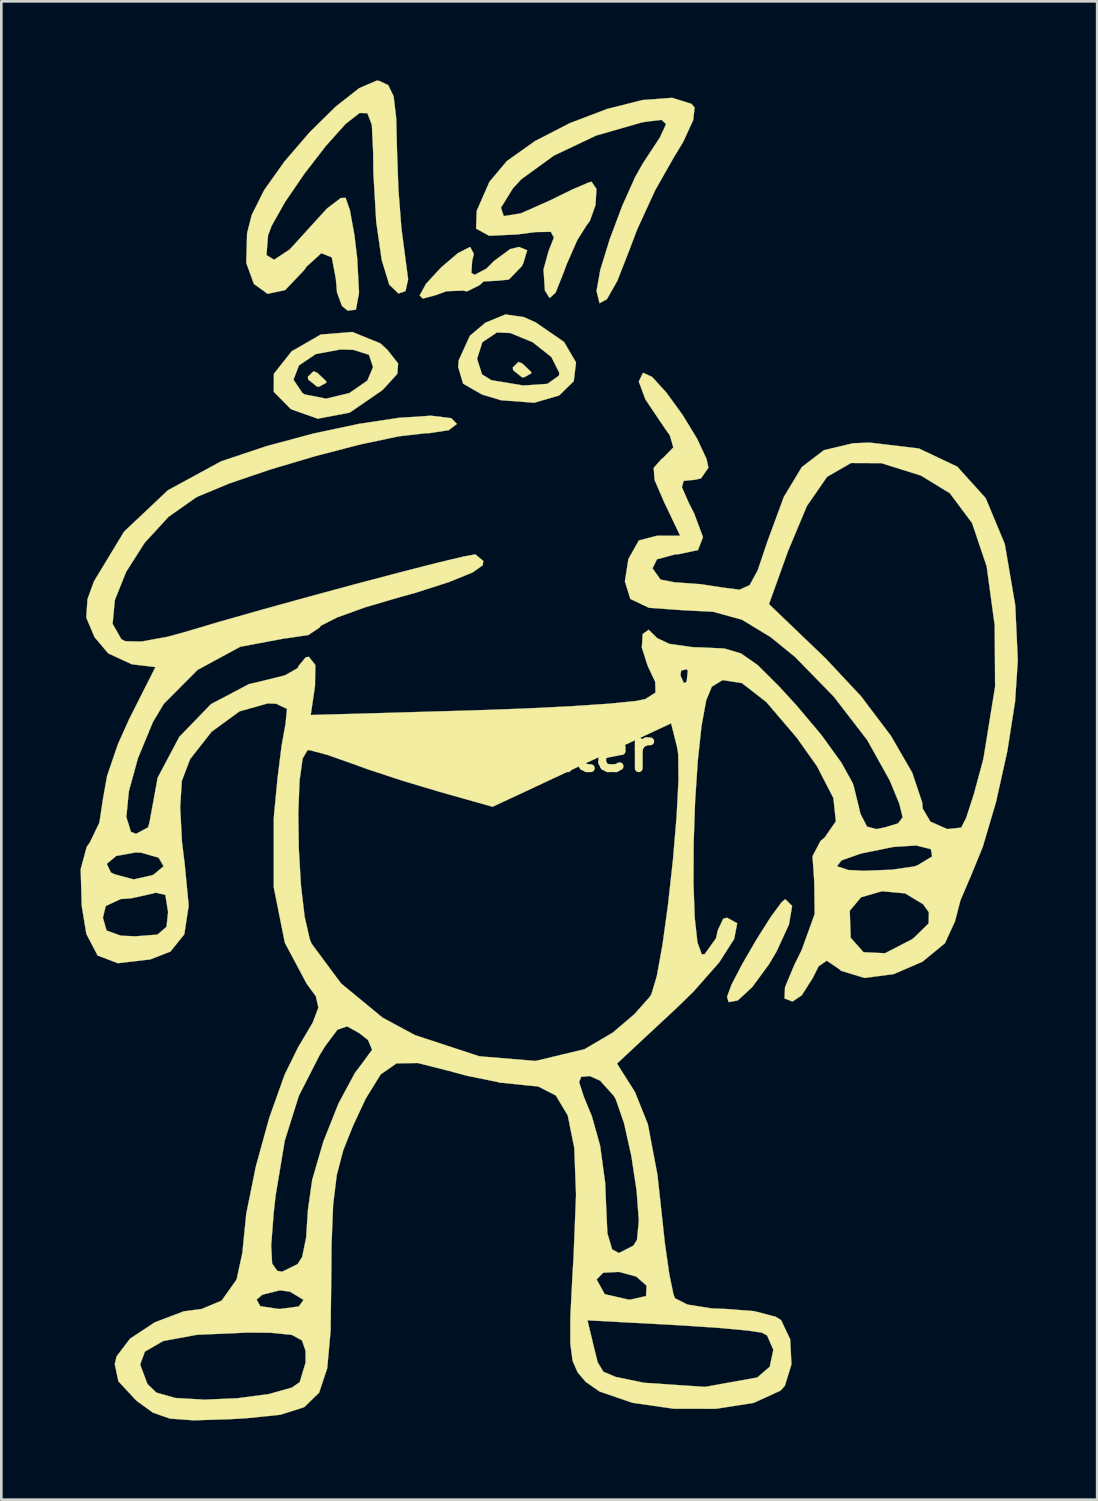
<source format=kicad_pcb>
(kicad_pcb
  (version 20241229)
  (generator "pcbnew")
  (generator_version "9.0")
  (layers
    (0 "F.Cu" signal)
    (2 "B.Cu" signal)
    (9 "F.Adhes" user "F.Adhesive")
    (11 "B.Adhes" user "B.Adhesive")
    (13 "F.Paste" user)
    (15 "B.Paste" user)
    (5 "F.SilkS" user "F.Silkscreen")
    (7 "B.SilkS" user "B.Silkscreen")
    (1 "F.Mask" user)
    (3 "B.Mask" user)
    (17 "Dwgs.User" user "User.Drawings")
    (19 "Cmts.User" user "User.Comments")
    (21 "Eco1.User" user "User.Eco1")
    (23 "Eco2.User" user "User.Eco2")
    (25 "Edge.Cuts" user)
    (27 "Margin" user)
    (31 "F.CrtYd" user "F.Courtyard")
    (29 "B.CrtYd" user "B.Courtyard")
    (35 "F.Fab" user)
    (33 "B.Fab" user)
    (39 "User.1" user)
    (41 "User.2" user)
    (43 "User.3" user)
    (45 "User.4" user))
  (footprint "v3better"
    (layer "F.Cu")
    (at 17.074 25.351)
    (property "Reference" "v3better" (at 0 0 0) (layer "F.SilkS") (effects (font (size 1.524 1.524) (thickness 0.3))))
    (attr through_hole)
    (fp_poly (pts (xy -8.114 -14.287) (xy -7.777 -13.97) (xy -7.761 -13.914) (xy -8.034 -13.762) (xy -8.114 -13.758) (xy -8.453 -14.03) (xy -8.467 -14.132) (xy -8.251 -14.343) (xy -8.114 -14.287)) (stroke (width 0.01) (type solid)) (fill yes) (layer "F.SilkS"))
    (fp_poly (pts (xy -0.353 -14.64) (xy -0.016 -14.323) (xy 0 -14.267) (xy -0.273 -14.115) (xy -0.353 -14.111) (xy -0.692 -14.382) (xy -0.706 -14.485) (xy -0.489 -14.695) (xy -0.353 -14.64)) (stroke (width 0.01) (type solid)) (fill yes) (layer "F.SilkS"))
    (fp_poly (pts (xy 9.873 5.906) (xy 9.753 6.608) (xy 9.284 7.629) (xy 8.991 8.121) (xy 8.361 8.979) (xy 7.814 9.485) (xy 7.469 9.548) (xy 7.408 9.349) (xy 7.574 8.894) (xy 7.988 8.098) (xy 8.527 7.171) (xy 9.064 6.323) (xy 9.476 5.762) (xy 9.613 5.65) (xy 9.873 5.906)) (stroke (width 0.01) (type solid)) (fill yes) (layer "F.SilkS"))
    (fp_poly (pts (xy -0.16 -18.924) (xy -0.307 -18.433) (xy -0.367 -18.317) (xy -0.854 -17.815) (xy -1.25 -17.773) (xy -1.813 -17.743) (xy -1.961 -17.605) (xy -2.438 -17.367) (xy -2.59 -17.396) (xy -3.222 -17.373) (xy -3.616 -17.226) (xy -4.113 -17.095) (xy -4.233 -17.212) (xy -3.988 -17.657) (xy -3.421 -18.272) (xy -2.781 -18.817) (xy -2.321 -19.05) (xy -2.18 -18.789) (xy -2.244 -18.521) (xy -2.272 -18.066) (xy -2.149 -17.992) (xy -1.699 -18.233) (xy -1.411 -18.521) (xy -0.804 -18.969) (xy -0.474 -19.05) (xy -0.16 -18.924)) (stroke (width 0.01) (type solid)) (fill yes) (layer "F.SilkS"))
    (fp_poly (pts (xy -5.718 -15.397) (xy -5.456 -15.156) (xy -5.048 -14.637) (xy -5.077 -14.245) (xy -5.581 -13.692) (xy -5.666 -13.611) (xy -6.883 -12.775) (xy -8.094 -12.546) (xy -9.107 -12.906) (xy -9.756 -13.562) (xy -9.754 -14.023) (xy -9.011 -14.023) (xy -8.675 -13.52) (xy -8.584 -13.464) (xy -7.776 -13.305) (xy -6.894 -13.516) (xy -6.213 -13.988) (xy -5.997 -14.498) (xy -6.152 -14.966) (xy -6.734 -15.152) (xy -7.22 -15.169) (xy -8.167 -14.994) (xy -8.804 -14.563) (xy -9.011 -14.023) (xy -9.754 -14.023) (xy -9.753 -14.246) (xy -9.099 -15.073) (xy -9.061 -15.108) (xy -7.978 -15.732) (xy -6.781 -15.83) (xy -5.718 -15.397)) (stroke (width 0.01) (type solid)) (fill yes) (layer "F.SilkS"))
    (fp_poly (pts (xy -0.287 -16.393) (xy 0.164 -16.191) (xy 1.235 -15.452) (xy 1.69 -14.676) (xy 1.603 -13.967) (xy 1.05 -13.425) (xy 0.106 -13.15) (xy -1.152 -13.245) (xy -1.872 -13.461) (xy -2.587 -13.873) (xy -2.773 -14.503) (xy -2.754 -14.753) (xy -2.727 -14.812) (xy -2.058 -14.812) (xy -1.87 -14.222) (xy -1.52 -14.005) (xy -0.303 -13.802) (xy 0.604 -13.865) (xy 1.041 -14.175) (xy 1.058 -14.279) (xy 0.759 -14.878) (xy 0.048 -15.442) (xy -0.799 -15.79) (xy -1.306 -15.812) (xy -1.858 -15.443) (xy -2.058 -14.812) (xy -2.727 -14.812) (xy -2.331 -15.685) (xy -1.744 -16.18) (xy -0.984 -16.493) (xy -0.287 -16.393)) (stroke (width 0.01) (type solid)) (fill yes) (layer "F.SilkS"))
    (fp_poly (pts (xy -5.775 -25.341) (xy -5.423 -25.178) (xy -5.218 -24.756) (xy -5.12 -23.919) (xy -5.091 -22.749) (xy -5.037 -21.227) (xy -4.922 -19.748) (xy -4.795 -18.785) (xy -4.669 -17.823) (xy -4.768 -17.377) (xy -5.035 -17.286) (xy -5.383 -17.621) (xy -5.67 -18.559) (xy -5.876 -19.996) (xy -5.983 -21.832) (xy -5.994 -22.655) (xy -6.042 -23.672) (xy -6.211 -24.114) (xy -6.507 -24.124) (xy -7.038 -23.708) (xy -7.782 -22.878) (xy -8.593 -21.829) (xy -9.328 -20.754) (xy -9.839 -19.847) (xy -9.973 -19.491) (xy -10.033 -18.741) (xy -9.743 -18.565) (xy -9.153 -18.954) (xy -8.425 -19.755) (xy -7.741 -20.506) (xy -7.218 -20.903) (xy -7.036 -20.908) (xy -6.872 -20.433) (xy -6.701 -19.486) (xy -6.597 -18.609) (xy -6.528 -17.318) (xy -6.645 -16.674) (xy -6.96 -16.639) (xy -7.173 -16.816) (xy -7.361 -17.322) (xy -7.408 -17.853) (xy -7.559 -18.656) (xy -7.956 -18.813) (xy -8.517 -18.304) (xy -8.613 -18.165) (xy -9.328 -17.415) (xy -9.99 -17.275) (xy -10.51 -17.65) (xy -10.799 -18.447) (xy -10.767 -19.57) (xy -10.591 -20.261) (xy -10.124 -21.197) (xy -9.348 -22.288) (xy -8.4 -23.391) (xy -7.412 -24.363) (xy -6.522 -25.062) (xy -5.864 -25.346) (xy -5.775 -25.341)) (stroke (width 0.01) (type solid)) (fill yes) (layer "F.SilkS"))
    (fp_poly (pts (xy 6.059 -24.469) (xy 6.18 -24.332) (xy 6.127 -23.856) (xy 5.75 -23.032) (xy 5.394 -22.445) (xy 4.686 -21.197) (xy 4.002 -19.707) (xy 3.707 -18.927) (xy 3.252 -17.764) (xy 2.859 -17.072) (xy 2.581 -16.918) (xy 2.47 -17.365) (xy 2.469 -17.4) (xy 2.608 -18.18) (xy 2.962 -19.331) (xy 3.434 -20.591) (xy 3.928 -21.696) (xy 4.228 -22.225) (xy 4.866 -23.196) (xy 5.101 -23.703) (xy 4.926 -23.862) (xy 4.338 -23.792) (xy 4.163 -23.76) (xy 2.449 -23.267) (xy 0.852 -22.51) (xy -0.382 -21.615) (xy -0.702 -21.268) (xy -1.154 -20.536) (xy -1.048 -20.218) (xy -0.4 -20.321) (xy 0.665 -20.793) (xy 1.559 -21.23) (xy 2.164 -21.489) (xy 2.279 -21.519) (xy 2.462 -21.245) (xy 2.428 -20.641) (xy 2.214 -20.036) (xy 2.09 -19.87) (xy 1.737 -19.309) (xy 1.333 -18.389) (xy 1.236 -18.124) (xy 0.914 -17.315) (xy 0.69 -17.116) (xy 0.511 -17.397) (xy 0.458 -18.195) (xy 0.648 -18.888) (xy 0.851 -19.405) (xy 0.735 -19.622) (xy 0.157 -19.613) (xy -0.541 -19.523) (xy -1.599 -19.473) (xy -2.096 -19.745) (xy -2.071 -20.417) (xy -1.588 -21.519) (xy -0.928 -22.303) (xy 0.14 -23.062) (xy 1.458 -23.739) (xy 2.867 -24.275) (xy 4.21 -24.614) (xy 5.327 -24.697) (xy 6.059 -24.469)) (stroke (width 0.01) (type solid)) (fill yes) (layer "F.SilkS"))
    (fp_poly (pts (xy 4.571 -14.127) (xy 5.112 -13.533) (xy 5.722 -12.692) (xy 6.272 -11.792) (xy 6.632 -11.02) (xy 6.703 -10.691) (xy 6.419 -10.283) (xy 6.174 -10.231) (xy 5.766 -10.191) (xy 5.698 -9.954) (xy 5.967 -9.34) (xy 6.156 -8.973) (xy 6.498 -8.062) (xy 6.306 -7.569) (xy 5.544 -7.409) (xy 5.447 -7.408) (xy 4.754 -7.221) (xy 4.586 -6.879) (xy 4.89 -6.452) (xy 5.424 -6.35) (xy 6.417 -6.278) (xy 7.291 -6.144) (xy 7.884 -6.07) (xy 8.265 -6.244) (xy 8.572 -6.81) (xy 8.927 -7.867) (xy 9.56 -9.587) (xy 10.24 -10.713) (xy 11.077 -11.353) (xy 12.184 -11.616) (xy 12.814 -11.64) (xy 14.673 -11.418) (xy 16.127 -10.729) (xy 17.203 -9.536) (xy 17.926 -7.799) (xy 18.322 -5.482) (xy 18.419 -3.397) (xy 18.316 -1.833) (xy 18.022 0.044) (xy 17.594 1.969) (xy 17.089 3.677) (xy 16.644 4.763) (xy 16.244 5.7) (xy 16.043 6.478) (xy 16.043 6.483) (xy 15.659 7.318) (xy 14.809 8.017) (xy 13.72 8.486) (xy 12.618 8.633) (xy 11.733 8.364) (xy 11.642 8.291) (xy 11.184 7.977) (xy 10.874 8.194) (xy 10.649 8.641) (xy 10.236 9.29) (xy 9.885 9.525) (xy 9.585 9.409) (xy 9.603 8.983) (xy 9.961 8.127) (xy 10.232 7.582) (xy 10.728 6.207) (xy 10.726 6.106) (xy 12.056 6.106) (xy 12.091 7.112) (xy 12.577 7.659) (xy 13.39 7.696) (xy 14.404 7.173) (xy 14.502 7.096) (xy 15.041 6.568) (xy 15.051 6.149) (xy 14.835 5.843) (xy 14.155 5.43) (xy 13.278 5.349) (xy 12.486 5.575) (xy 12.061 6.081) (xy 12.056 6.106) (xy 10.726 6.106) (xy 10.711 4.981) (xy 10.671 4.402) (xy 11.569 4.402) (xy 12 4.545) (xy 12.583 4.575) (xy 13.651 4.533) (xy 14.477 4.413) (xy 14.611 4.372) (xy 15.174 4.033) (xy 15.129 3.756) (xy 14.572 3.616) (xy 13.704 3.672) (xy 12.474 3.923) (xy 11.745 4.18) (xy 11.569 4.402) (xy 10.671 4.402) (xy 10.645 4.024) (xy 10.95 3.441) (xy 11.105 3.313) (xy 11.529 2.703) (xy 11.436 1.821) (xy 10.811 0.61) (xy 10.052 -0.46) (xy 8.901 -1.811) (xy 7.976 -2.532) (xy 7.24 -2.647) (xy 6.832 -2.397) (xy 6.619 -1.884) (xy 6.439 -0.894) (xy 6.298 0.433) (xy 6.198 1.96) (xy 6.143 3.547) (xy 6.137 5.058) (xy 6.184 6.352) (xy 6.288 7.292) (xy 6.451 7.74) (xy 6.56 7.733) (xy 6.989 7.133) (xy 7.056 6.836) (xy 7.261 6.395) (xy 7.408 6.35) (xy 7.792 6.564) (xy 7.679 7.154) (xy 7.112 8.042) (xy 6.136 9.15) (xy 5.5 9.769) (xy 3.24 11.875) (xy 3.92 12.95) (xy 4.409 14.168) (xy 4.77 16.074) (xy 4.893 17.191) (xy 5.05 18.647) (xy 5.221 19.849) (xy 5.379 20.613) (xy 5.436 20.762) (xy 5.91 21.001) (xy 6.828 21.147) (xy 7.359 21.167) (xy 8.443 21.251) (xy 9.254 21.465) (xy 9.454 21.59) (xy 9.8 22.318) (xy 9.847 23.267) (xy 9.599 24.073) (xy 9.437 24.258) (xy 8.421 24.723) (xy 6.991 24.948) (xy 5.383 24.945) (xy 3.834 24.723) (xy 2.581 24.294) (xy 2.055 23.927) (xy 1.749 23.568) (xy 1.56 23.134) (xy 1.473 22.481) (xy 1.475 21.598) (xy 2.123 21.598) (xy 2.346 22.529) (xy 2.51 23.191) (xy 2.725 23.544) (xy 3.192 23.741) (xy 4.117 23.933) (xy 4.273 23.964) (xy 6.574 24.118) (xy 8.555 23.762) (xy 9.025 23.356) (xy 9.161 22.714) (xy 8.926 22.174) (xy 8.731 22.065) (xy 8.196 21.985) (xy 7.146 21.889) (xy 5.775 21.795) (xy 5.207 21.763) (xy 2.123 21.598) (xy 1.475 21.598) (xy 1.475 21.464) (xy 1.546 20.05) (xy 2.469 20.05) (xy 2.775 20.608) (xy 3.675 20.813) (xy 3.752 20.814) (xy 4.34 20.678) (xy 4.361 20.285) (xy 3.969 19.94) (xy 3.319 19.764) (xy 2.717 19.795) (xy 2.469 20.05) (xy 1.546 20.05) (xy 1.551 19.939) (xy 1.594 19.24) (xy 1.69 16.842) (xy 1.623 15.065) (xy 1.375 13.836) (xy 0.925 13.085) (xy 0.255 12.741) (xy -0.183 12.7) (xy -1.166 12.597) (xy -1.255 12.579) (xy 1.806 12.579) (xy 1.984 13.129) (xy 2.293 13.88) (xy 2.602 14.988) (xy 2.792 16.383) (xy 2.822 17.098) (xy 2.877 18.301) (xy 3.058 18.913) (xy 3.314 19.05) (xy 3.865 18.767) (xy 3.997 18.551) (xy 4.068 17.829) (xy 3.983 16.684) (xy 3.783 15.368) (xy 3.508 14.134) (xy 3.198 13.237) (xy 3.124 13.102) (xy 2.604 12.524) (xy 2.208 12.347) (xy 1.884 12.376) (xy 1.806 12.579) (xy -1.255 12.579) (xy -2.443 12.336) (xy -3.137 12.149) (xy -4.306 11.854) (xy -5.107 11.867) (xy -5.707 12.283) (xy -6.272 13.197) (xy -6.747 14.21) (xy -7.126 15.156) (xy -7.371 16.094) (xy -7.509 17.219) (xy -7.569 18.726) (xy -7.579 20.007) (xy -7.606 22.008) (xy -7.733 23.415) (xy -8.04 24.338) (xy -8.606 24.888) (xy -9.51 25.174) (xy -10.833 25.309) (xy -11.41 25.341) (xy -12.796 25.385) (xy -13.698 25.318) (xy -14.333 25.094) (xy -14.92 24.67) (xy -14.977 24.621) (xy -15.641 23.907) (xy -15.775 23.273) (xy -14.817 23.273) (xy -14.54 24.011) (xy -14.199 24.337) (xy -13.483 24.538) (xy -12.379 24.603) (xy -11.119 24.547) (xy -9.939 24.389) (xy -9.069 24.145) (xy -8.773 23.938) (xy -8.552 23.198) (xy -8.553 22.754) (xy -8.688 22.359) (xy -9.077 22.148) (xy -9.888 22.068) (xy -10.76 22.062) (xy -12.669 22.146) (xy -13.943 22.381) (xy -14.638 22.783) (xy -14.817 23.273) (xy -15.775 23.273) (xy -15.778 23.259) (xy -15.71 22.966) (xy -15.199 22.292) (xy -14.259 21.672) (xy -13.161 21.256) (xy -12.486 21.167) (xy -11.731 20.851) (xy -11.704 20.814) (xy -10.407 20.814) (xy -10.268 21.062) (xy -9.577 21.166) (xy -9.525 21.167) (xy -8.808 21.073) (xy -8.634 20.831) (xy -8.643 20.814) (xy -9.142 20.514) (xy -9.525 20.461) (xy -10.192 20.628) (xy -10.407 20.814) (xy -11.704 20.814) (xy -11.164 20.052) (xy -10.947 19.05) (xy -10.92 18.775) (xy -9.856 18.775) (xy -9.818 19.45) (xy -9.625 19.723) (xy -9.437 19.756) (xy -8.854 19.469) (xy -8.681 19.198) (xy -8.531 18.464) (xy -8.467 17.47) (xy -8.467 17.447) (xy -8.302 16.28) (xy -7.879 14.829) (xy -7.303 13.381) (xy -6.678 12.22) (xy -6.415 11.874) (xy -6.032 11.351) (xy -6.189 10.982) (xy -6.519 10.722) (xy -6.979 10.465) (xy -7.347 10.593) (xy -7.805 11.207) (xy -8.016 11.547) (xy -8.805 13.09) (xy -9.34 14.792) (xy -9.69 16.892) (xy -9.762 17.551) (xy -9.856 18.775) (xy -10.92 18.775) (xy -10.799 17.567) (xy -10.436 15.772) (xy -9.928 13.93) (xy -9.347 12.301) (xy -8.843 11.273) (xy -8.283 10.328) (xy -8.067 9.755) (xy -8.163 9.326) (xy -8.508 8.856) (xy -9.338 7.298) (xy -9.757 5.2) (xy -9.757 2.601) (xy -9.747 2.469) (xy -9.738 2.368) (xy -8.828 2.368) (xy -8.809 3.743) (xy -8.728 5.12) (xy -8.587 6.322) (xy -8.391 7.176) (xy -8.322 7.338) (xy -7.209 8.84) (xy -5.637 10.136) (xy -4.41 10.798) (xy -1.973 11.599) (xy 0.159 11.776) (xy 2.012 11.33) (xy 3.082 10.702) (xy 3.902 10.002) (xy 4.477 9.354) (xy 4.544 9.246) (xy 4.748 8.565) (xy 4.965 7.366) (xy 5.175 5.837) (xy 5.359 4.164) (xy 5.497 2.535) (xy 5.57 1.137) (xy 5.558 0.157) (xy 5.521 -0.09) (xy 5.29 -1.01) (xy 1.91 0.57) (xy -1.47 2.15) (xy -3.469 1.587) (xy -4.85 1.174) (xy -6.187 0.734) (xy -6.798 0.512) (xy -7.726 0.186) (xy -8.381 0.01) (xy -8.474 0) (xy -8.664 0.321) (xy -8.781 1.169) (xy -8.828 2.368) (xy -9.738 2.368) (xy -9.613 1.063) (xy -9.461 -0.155) (xy -9.321 -0.935) (xy -9.312 -0.97) (xy -9.256 -1.557) (xy -9.669 -1.753) (xy -9.986 -1.764) (xy -11.056 -1.462) (xy -12.111 -0.691) (xy -12.924 0.343) (xy -13.238 1.168) (xy -13.301 2.166) (xy -13.233 3.483) (xy -13.135 4.27) (xy -12.979 5.894) (xy -13.144 6.979) (xy -13.669 7.633) (xy -14.432 7.931) (xy -15.659 8.074) (xy -16.426 7.784) (xy -16.854 6.967) (xy -16.955 6.35) (xy -16.228 6.35) (xy -16.09 6.836) (xy -15.55 7.032) (xy -14.993 7.056) (xy -14.16 6.991) (xy -13.818 6.695) (xy -13.758 6.136) (xy -13.863 5.485) (xy -14.238 5.403) (xy -14.316 5.43) (xy -15.16 5.618) (xy -15.551 5.644) (xy -16.12 5.908) (xy -16.228 6.35) (xy -16.955 6.35) (xy -17.029 5.899) (xy -17.069 4.517) (xy -17.014 4.313) (xy -16.081 4.313) (xy -15.925 4.637) (xy -15.789 4.705) (xy -15.066 4.901) (xy -14.369 4.745) (xy -14.318 4.726) (xy -13.928 4.403) (xy -14.118 4.077) (xy -14.774 3.89) (xy -14.993 3.881) (xy -15.724 4.013) (xy -16.081 4.313) (xy -17.014 4.313) (xy -16.841 3.668) (xy -16.72 3.5) (xy -16.36 2.75) (xy -16.228 1.874) (xy -16.069 0.981) (xy -15.657 -0.223) (xy -15.233 -1.168) (xy -14.238 -3.14) (xy -15.133 -3.246) (xy -16.025 -3.658) (xy -16.544 -4.273) (xy -16.857 -5.012) (xy -16.81 -5.714) (xy -16.565 -6.387) (xy -15.426 -8.268) (xy -13.767 -9.835) (xy -11.754 -10.93) (xy -11.731 -10.938) (xy -10.03 -11.507) (xy -8.259 -11.983) (xy -6.547 -12.347) (xy -5.02 -12.579) (xy -3.807 -12.659) (xy -3.036 -12.566) (xy -2.822 -12.347) (xy -3.132 -12.111) (xy -3.889 -11.996) (xy -4.017 -11.994) (xy -5.017 -11.879) (xy -6.468 -11.573) (xy -8.162 -11.134) (xy -9.89 -10.621) (xy -11.445 -10.092) (xy -12.616 -9.605) (xy -12.7 -9.563) (xy -13.739 -8.833) (xy -14.646 -7.846) (xy -15.348 -6.745) (xy -15.777 -5.674) (xy -15.86 -4.776) (xy -15.528 -4.195) (xy -15.38 -4.119) (xy -14.774 -4.106) (xy -13.782 -4.287) (xy -13.175 -4.452) (xy -11.84 -4.848) (xy -10.212 -5.311) (xy -8.431 -5.803) (xy -6.636 -6.289) (xy -4.968 -6.729) (xy -3.566 -7.088) (xy -2.569 -7.326) (xy -2.126 -7.408) (xy -1.823 -7.16) (xy -1.843 -6.996) (xy -2.225 -6.725) (xy -3.128 -6.357) (xy -4.385 -5.954) (xy -4.946 -5.799) (xy -6.297 -5.403) (xy -7.358 -5.019) (xy -7.965 -4.711) (xy -8.043 -4.623) (xy -8.448 -4.354) (xy -9.252 -4.234) (xy -9.303 -4.233) (xy -11.028 -3.909) (xy -12.643 -3.033) (xy -13.922 -1.747) (xy -14.334 -1.058) (xy -14.901 0.314) (xy -15.244 1.561) (xy -15.34 2.538) (xy -15.166 3.098) (xy -14.971 3.175) (xy -14.515 2.929) (xy -14.462 2.734) (xy -14.153 1.049) (xy -13.333 -0.498) (xy -12.135 -1.736) (xy -10.696 -2.495) (xy -10.206 -2.609) (xy -9.333 -2.827) (xy -8.852 -3.099) (xy -8.819 -3.179) (xy -8.546 -3.511) (xy -8.427 -3.528) (xy -8.183 -3.219) (xy -8.195 -2.426) (xy -8.357 -1.325) (xy -2.326 -1.496) (xy -0.297 -1.568) (xy 1.515 -1.657) (xy 2.979 -1.756) (xy 3.965 -1.856) (xy 4.313 -1.927) (xy 4.699 -2.174) (xy 4.688 -2.58) (xy 4.574 -2.822) (xy 5.644 -2.822) (xy 5.774 -2.532) (xy 5.88 -2.587) (xy 5.922 -3.006) (xy 5.88 -3.057) (xy 5.67 -3.009) (xy 5.644 -2.822) (xy 4.574 -2.822) (xy 4.402 -3.189) (xy 4.181 -3.877) (xy 4.214 -4.392) (xy 4.44 -4.552) (xy 4.759 -4.239) (xy 5.219 -4.019) (xy 6.113 -3.893) (xy 6.518 -3.881) (xy 7.311 -3.842) (xy 7.937 -3.656) (xy 8.569 -3.214) (xy 9.379 -2.408) (xy 10.036 -1.691) (xy 10.986 -0.562) (xy 11.741 0.484) (xy 12.17 1.261) (xy 12.212 1.396) (xy 12.462 2.419) (xy 12.707 2.901) (xy 13.065 2.995) (xy 13.384 2.93) (xy 13.882 2.781) (xy 14.058 2.549) (xy 13.933 2.038) (xy 13.574 1.162) (xy 12.717 -0.376) (xy 11.453 -2.018) (xy 9.99 -3.517) (xy 9.066 -4.27) (xy 7.973 -4.934) (xy 6.883 -5.234) (xy 5.757 -5.292) (xy 4.455 -5.384) (xy 4.16 -5.524) (xy 8.996 -5.524) (xy 11.134 -3.475) (xy 12.488 -2.027) (xy 13.616 -0.533) (xy 14.419 0.856) (xy 14.799 1.988) (xy 14.817 2.218) (xy 15.109 2.713) (xy 15.745 2.995) (xy 16.277 2.94) (xy 16.465 2.567) (xy 16.751 1.687) (xy 17.078 0.48) (xy 17.119 0.316) (xy 17.559 -2.401) (xy 17.544 -4.721) (xy 17.24 -6.953) (xy 16.688 -8.592) (xy 15.848 -9.721) (xy 14.751 -10.392) (xy 13.252 -10.862) (xy 12.103 -10.867) (xy 11.197 -10.346) (xy 10.432 -9.241) (xy 9.716 -7.529) (xy 8.996 -5.524) (xy 4.16 -5.524) (xy 3.747 -5.719) (xy 3.539 -6.385) (xy 3.673 -7.233) (xy 4.069 -7.936) (xy 4.764 -8.114) (xy 5.633 -8.114) (xy 5.028 -9.382) (xy 4.665 -10.221) (xy 4.631 -10.683) (xy 4.921 -11.013) (xy 4.997 -11.07) (xy 5.374 -11.46) (xy 5.242 -11.915) (xy 5.052 -12.183) (xy 4.318 -13.273) (xy 4.065 -13.955) (xy 4.228 -14.284) (xy 4.571 -14.127)) (stroke (width 0.01) (type solid)) (fill yes) (layer "F.SilkS")))
  (gr_rect
    (start -3 -3)
    (end 38.498 53.741)
    (stroke (width 0.1) (type default))
    (fill no)
    (layer "Edge.Cuts")))
</source>
